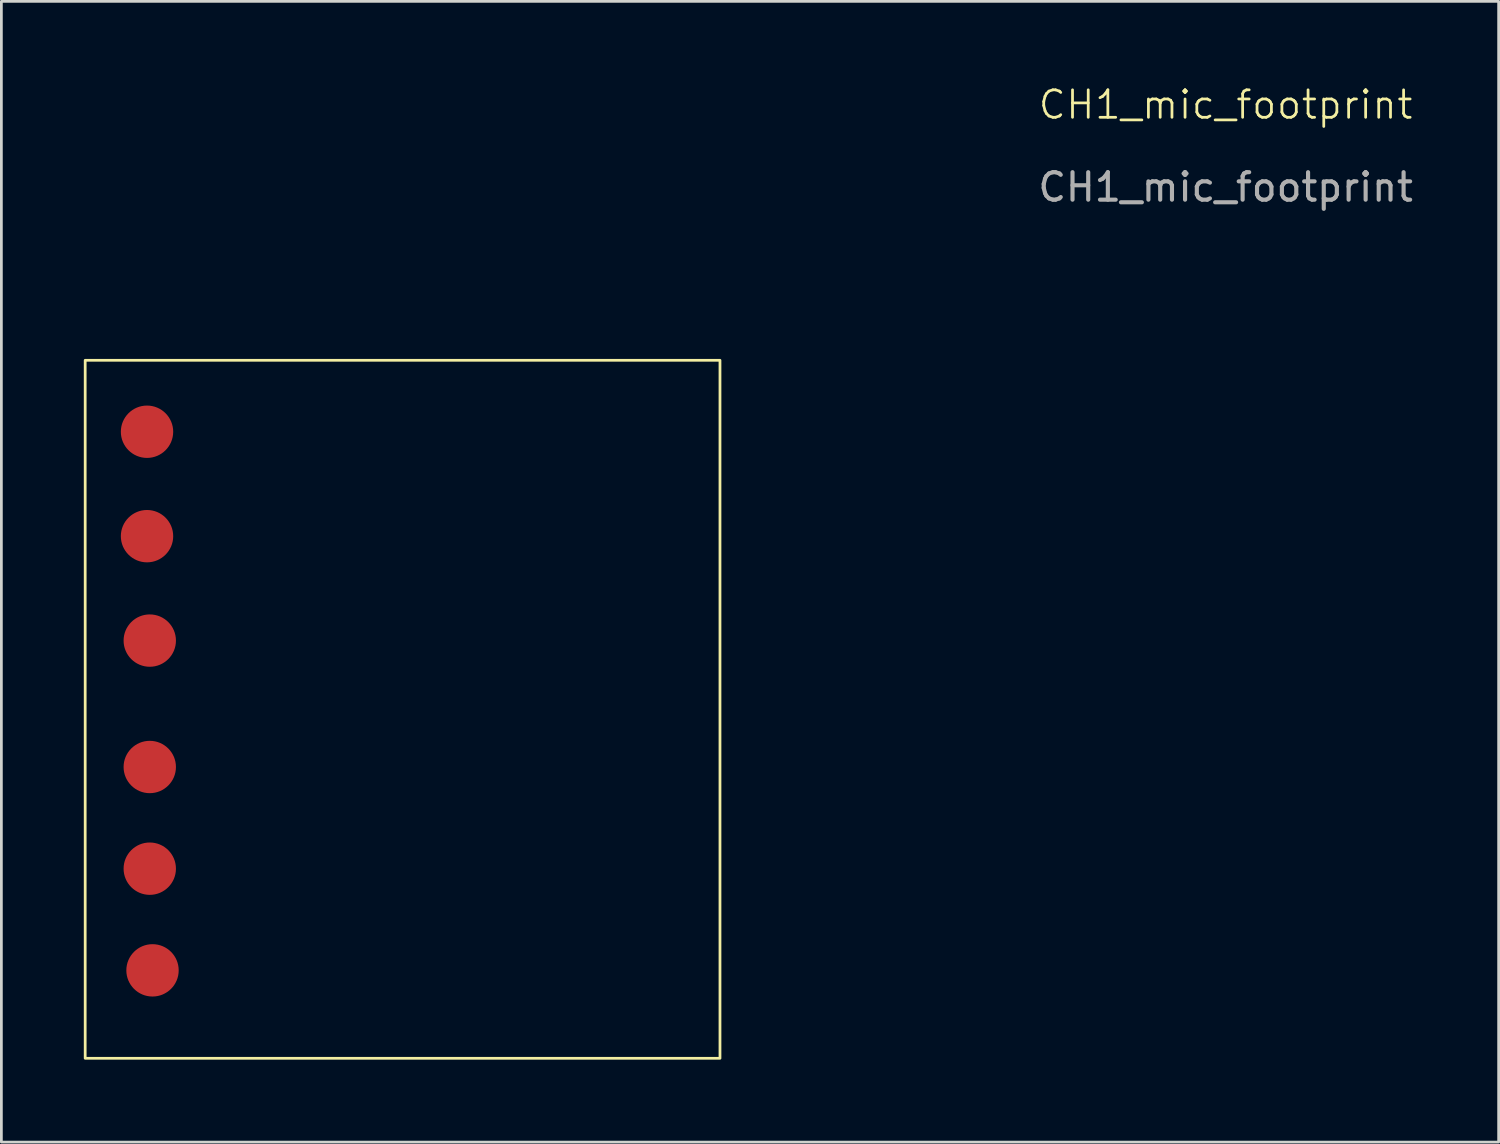
<source format=kicad_pcb>
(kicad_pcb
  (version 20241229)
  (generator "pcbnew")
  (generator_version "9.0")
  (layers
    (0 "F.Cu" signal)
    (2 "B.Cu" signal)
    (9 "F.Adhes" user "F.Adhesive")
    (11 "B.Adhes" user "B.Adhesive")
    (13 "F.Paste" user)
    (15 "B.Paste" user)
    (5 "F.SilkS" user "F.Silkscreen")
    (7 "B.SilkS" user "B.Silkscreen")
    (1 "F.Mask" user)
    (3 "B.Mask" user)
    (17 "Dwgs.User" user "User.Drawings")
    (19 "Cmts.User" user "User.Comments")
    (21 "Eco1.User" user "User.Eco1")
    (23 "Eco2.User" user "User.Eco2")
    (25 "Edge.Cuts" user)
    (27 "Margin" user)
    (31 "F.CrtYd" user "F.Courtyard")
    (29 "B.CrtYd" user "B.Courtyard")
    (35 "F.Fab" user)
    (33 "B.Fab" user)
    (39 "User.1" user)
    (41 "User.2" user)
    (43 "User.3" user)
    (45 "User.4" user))
  (footprint "CH1_mic_footprint"
    (layer "F.Cu")
    (at 11.6 22.761)
    (property "Reference" "CH1_mic_footprint" (at 29.95 -22 0) (unlocked yes) (layer "F.SilkS") (effects (font (size 1 1) (thickness 0.1))))
    (attr smd)
    (fp_rect (start -11.55 -12.7) (end 11.55 12.7) (stroke (width 0.1) (type default)) (fill no) (layer "F.SilkS"))
    (fp_text user "${REFERENCE}" (at 29.95 -19 0) (unlocked yes) (layer "F.Fab") (effects (font (size 1 1) (thickness 0.15))))
    (pad "1" smd circle (at -9.3 -10.1) (size 1.905 1.905) (layers "F.Cu" "F.Mask" "F.Paste"))
    (pad "2" smd circle (at -9.3 -6.3) (size 1.905 1.905) (layers "F.Cu" "F.Mask" "F.Paste"))
    (pad "3" smd circle (at -9.2 -2.5) (size 1.905 1.905) (layers "F.Cu" "F.Mask" "F.Paste"))
    (pad "4" smd circle (at -9.2 2.1) (size 1.905 1.905) (layers "F.Cu" "F.Mask" "F.Paste"))
    (pad "5" smd circle (at -9.2 5.8) (size 1.905 1.905) (layers "F.Cu" "F.Mask" "F.Paste"))
    (pad "6" smd circle (at -9.1 9.5) (size 1.905 1.905) (layers "F.Cu" "F.Mask" "F.Paste")))
  (gr_rect
    (start -3 -3)
    (end 51.485 38.511)
    (stroke (width 0.1) (type default))
    (fill no)
    (layer "Edge.Cuts")))
</source>
